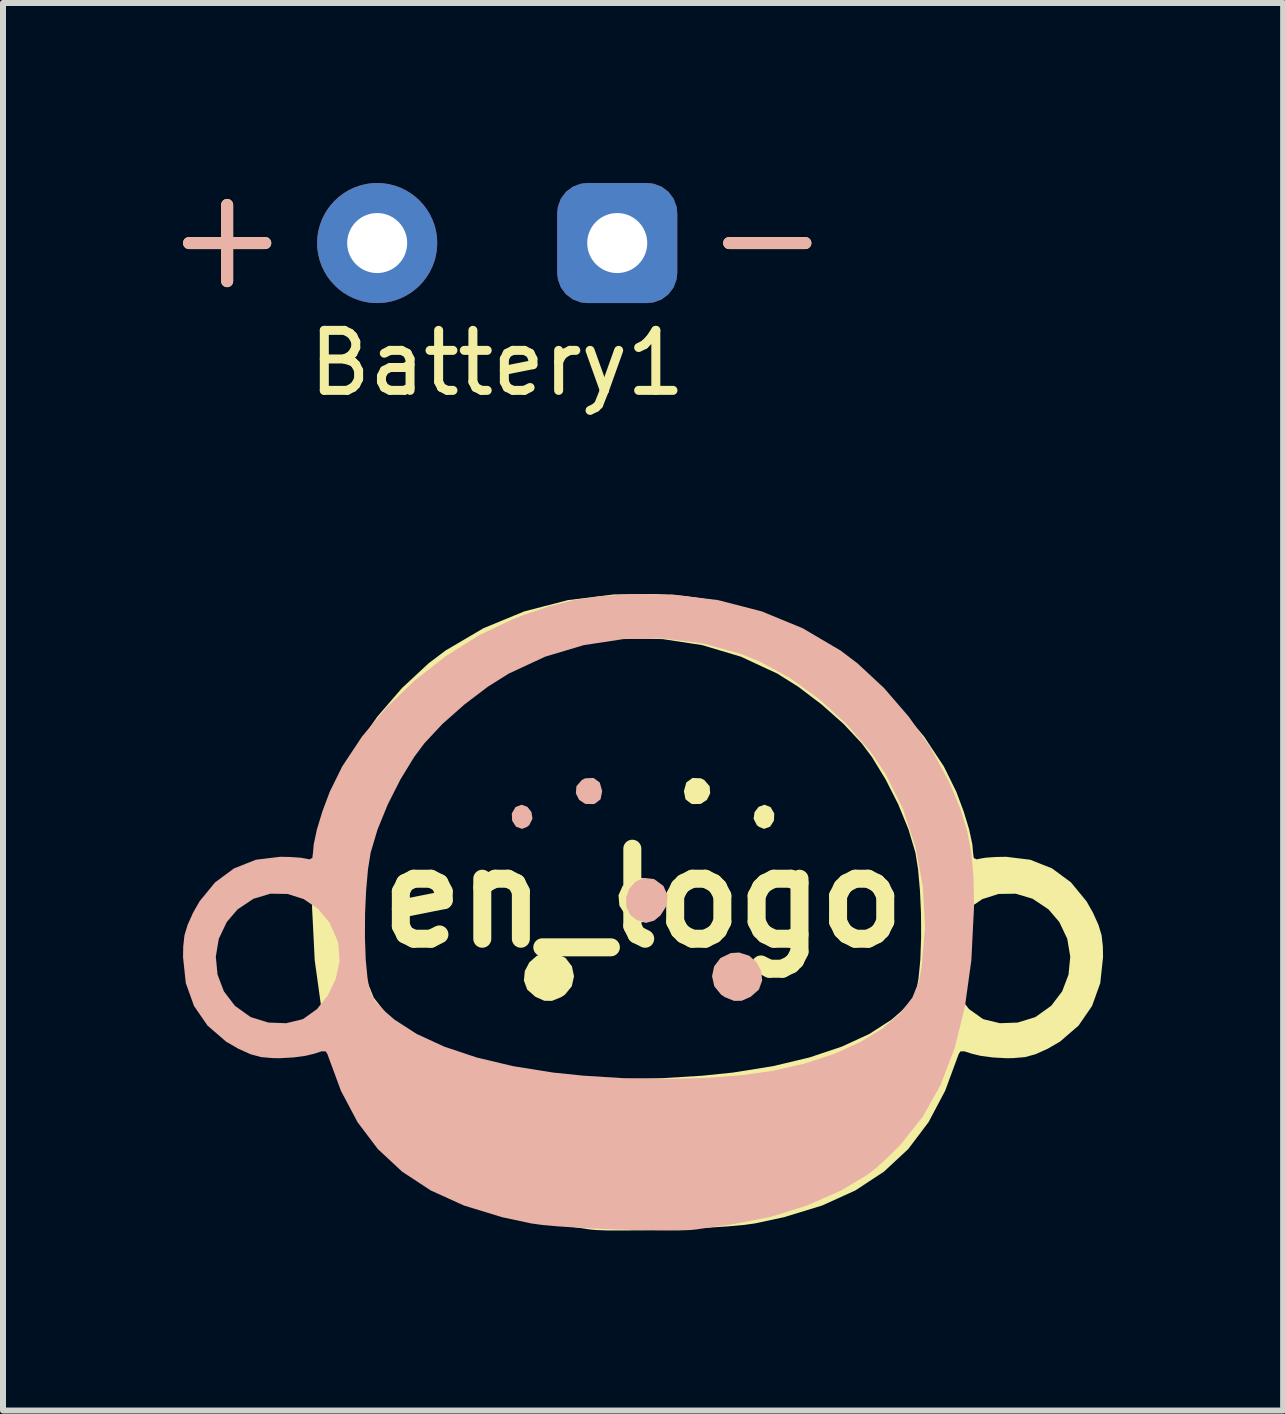
<source format=kicad_pcb>
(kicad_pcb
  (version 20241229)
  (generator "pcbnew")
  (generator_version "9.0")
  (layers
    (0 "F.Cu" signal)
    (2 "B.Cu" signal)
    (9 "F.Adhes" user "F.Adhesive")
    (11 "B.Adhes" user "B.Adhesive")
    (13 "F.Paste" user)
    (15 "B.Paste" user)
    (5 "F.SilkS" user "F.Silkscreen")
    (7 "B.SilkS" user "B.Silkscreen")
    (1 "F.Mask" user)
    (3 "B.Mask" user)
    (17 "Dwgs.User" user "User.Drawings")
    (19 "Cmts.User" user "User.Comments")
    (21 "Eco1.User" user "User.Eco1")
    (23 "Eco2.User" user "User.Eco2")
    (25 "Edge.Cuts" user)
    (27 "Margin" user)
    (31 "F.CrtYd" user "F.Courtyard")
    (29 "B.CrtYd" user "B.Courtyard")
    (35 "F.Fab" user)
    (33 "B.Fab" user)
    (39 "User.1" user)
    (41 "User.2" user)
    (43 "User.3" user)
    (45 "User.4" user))
  (footprint "en_logo"
    (layer "F.Cu")
    (at 7.665 11.914)
    (property "Reference" "en_logo" (at 0 0 0) (layer "F.SilkS") (effects (font (size 1.5 1.5) (thickness 0.3))))
    (attr board_only exclude_from_pos_files exclude_from_bom allow_missing_courtyard)
    (fp_poly (pts (xy 2.124 -1.516) (xy 2.187 -1.41) (xy 2.181 -1.288) (xy 2.117 -1.189) (xy 2.016 -1.152) (xy 1.932 -1.186) (xy 1.896 -1.215) (xy 1.842 -1.322) (xy 1.859 -1.432) (xy 1.926 -1.519) (xy 2.023 -1.555)) (stroke (width 0) (type solid)) (fill yes) (layer "F.SilkS"))
    (fp_poly (pts (xy 0.963 -1.995) (xy 1.021 -1.966) (xy 1.11 -1.863) (xy 1.119 -1.744) (xy 1.065 -1.636) (xy 0.962 -1.568) (xy 0.826 -1.565) (xy 0.799 -1.574) (xy 0.708 -1.645) (xy 0.681 -1.779) (xy 0.681 -1.781) (xy 0.721 -1.925) (xy 0.825 -2.001)) (stroke (width 0) (type solid)) (fill yes) (layer "F.SilkS"))
    (fp_poly (pts (xy 0.125 -0.274) (xy 0.227 -0.158) (xy 0.282 -0.01) (xy 0.279 0.146) (xy 0.209 0.286) (xy 0.111 0.363) (xy -0.047 0.415) (xy -0.187 0.376) (xy -0.29 0.29) (xy -0.394 0.127) (xy -0.409 -0.046) (xy -0.34 -0.201) (xy -0.193 -0.31) (xy -0.18 -0.316) (xy -0.014 -0.335)) (stroke (width 0) (type solid)) (fill yes) (layer "F.SilkS"))
    (fp_poly (pts (xy -1.463 0.917) (xy -1.291 0.999) (xy -1.185 1.138) (xy -1.15 1.304) (xy -1.188 1.472) (xy -1.303 1.612) (xy -1.365 1.652) (xy -1.518 1.714) (xy -1.644 1.712) (xy -1.793 1.646) (xy -1.93 1.526) (xy -1.985 1.375) (xy -1.97 1.216) (xy -1.894 1.071) (xy -1.768 0.961) (xy -1.6 0.908)) (stroke (width 0) (type solid)) (fill yes) (layer "F.SilkS"))
    (fp_poly (pts (xy 0.704 -5.031) (xy 1.144 -4.966) (xy 1.566 -4.861) (xy 2.015 -4.707) (xy 2.173 -4.645) (xy 2.738 -4.375) (xy 3.287 -4.03) (xy 3.804 -3.626) (xy 4.274 -3.175) (xy 4.682 -2.692) (xy 5.013 -2.192) (xy 5.22 -1.772) (xy 5.343 -1.443) (xy 5.435 -1.141) (xy 5.488 -0.891) (xy 5.498 -0.769) (xy 5.511 -0.667) (xy 5.561 -0.644) (xy 5.603 -0.654) (xy 5.708 -0.672) (xy 5.879 -0.684) (xy 6.049 -0.687) (xy 6.451 -0.638) (xy 6.815 -0.494) (xy 7.131 -0.261) (xy 7.39 0.055) (xy 7.498 0.245) (xy 7.589 0.448) (xy 7.641 0.619) (xy 7.662 0.807) (xy 7.665 0.987) (xy 7.619 1.418) (xy 7.482 1.799) (xy 7.257 2.126) (xy 6.949 2.392) (xy 6.744 2.511) (xy 6.54 2.603) (xy 6.363 2.651) (xy 6.158 2.668) (xy 6.054 2.669) (xy 5.832 2.657) (xy 5.622 2.629) (xy 5.482 2.595) (xy 5.353 2.554) (xy 5.288 2.556) (xy 5.258 2.603) (xy 5.256 2.61) (xy 5.034 3.212) (xy 4.758 3.734) (xy 4.42 4.182) (xy 4.015 4.559) (xy 3.539 4.872) (xy 2.984 5.124) (xy 2.346 5.319) (xy 1.859 5.423) (xy 1.677 5.448) (xy 1.418 5.471) (xy 1.105 5.492) (xy 0.756 5.51) (xy 0.394 5.525) (xy 0.037 5.535) (xy -0.292 5.54) (xy -0.573 5.54) (xy -0.787 5.532) (xy -0.89 5.522) (xy -1.002 5.505) (xy -1.184 5.479) (xy -1.402 5.449) (xy -1.466 5.441) (xy -2.107 5.318) (xy -2.724 5.127) (xy -3.293 4.877) (xy -3.739 4.612) (xy -3.876 4.504) (xy -4.052 4.346) (xy -4.235 4.166) (xy -4.297 4.102) (xy -4.661 3.644) (xy -4.96 3.11) (xy -5.194 2.499) (xy -5.364 1.808) (xy -5.471 1.036) (xy -5.498 0.492) (xy -4.699 0.492) (xy -4.642 1.153) (xy -4.601 1.377) (xy -4.489 1.657) (xy -4.282 1.925) (xy -3.989 2.175) (xy -3.619 2.401) (xy -3.181 2.599) (xy -2.684 2.761) (xy -2.147 2.882) (xy -1.615 2.955) (xy -1.009 2.999) (xy -0.354 3.015) (xy 0.322 3.002) (xy 0.994 2.96) (xy 1.5 2.908) (xy 2.168 2.801) (xy 2.775 2.656) (xy 3.313 2.476) (xy 3.771 2.265) (xy 4.142 2.026) (xy 4.293 1.895) (xy 4.435 1.749) (xy 4.518 1.628) (xy 4.564 1.492) (xy 4.591 1.335) (xy 4.618 1.055) (xy 5.057 1.055) (xy 5.12 1.346) (xy 5.25 1.62) (xy 5.433 1.851) (xy 5.657 2.011) (xy 5.679 2.021) (xy 5.947 2.086) (xy 6.243 2.075) (xy 6.525 1.988) (xy 6.548 1.977) (xy 6.802 1.795) (xy 6.984 1.555) (xy 7.09 1.276) (xy 7.119 0.977) (xy 7.069 0.679) (xy 6.936 0.399) (xy 6.756 0.189) (xy 6.491 0.012) (xy 6.209 -0.072) (xy 5.924 -0.068) (xy 5.654 0.018) (xy 5.415 0.181) (xy 5.221 0.415) (xy 5.09 0.715) (xy 5.075 0.776) (xy 5.057 1.055) (xy 4.618 1.055) (xy 4.621 1.023) (xy 4.634 0.653) (xy 4.632 0.258) (xy 4.614 -0.129) (xy 4.583 -0.478) (xy 4.539 -0.755) (xy 4.538 -0.759) (xy 4.424 -1.141) (xy 4.254 -1.558) (xy 4.044 -1.973) (xy 3.814 -2.35) (xy 3.642 -2.58) (xy 3.341 -2.902) (xy 2.976 -3.225) (xy 2.586 -3.521) (xy 2.237 -3.74) (xy 1.63 -4.022) (xy 0.987 -4.214) (xy 0.324 -4.315) (xy -0.344 -4.324) (xy -1.004 -4.24) (xy -1.64 -4.064) (xy -1.95 -3.938) (xy -2.455 -3.661) (xy -2.948 -3.303) (xy -3.404 -2.884) (xy -3.798 -2.427) (xy -4.043 -2.065) (xy -4.333 -1.479) (xy -4.541 -0.844) (xy -4.664 -0.181) (xy -4.699 0.492) (xy -5.498 0.492) (xy -5.514 0.182) (xy -5.515 0.131) (xy -5.507 -0.35) (xy -5.47 -0.761) (xy -5.397 -1.135) (xy -5.281 -1.504) (xy -5.115 -1.902) (xy -5.08 -1.976) (xy -4.789 -2.507) (xy -4.427 -3.023) (xy -4.015 -3.5) (xy -3.572 -3.912) (xy -3.29 -4.125) (xy -2.659 -4.496) (xy -1.979 -4.776) (xy -1.252 -4.964) (xy -0.484 -5.059) (xy 0.204 -5.065)) (stroke (width 0) (type solid)) (fill yes) (layer "F.SilkS"))
    (fp_poly (pts (xy -2.124 -1.516) (xy -2.187 -1.41) (xy -2.181 -1.288) (xy -2.117 -1.189) (xy -2.016 -1.152) (xy -1.932 -1.186) (xy -1.896 -1.215) (xy -1.842 -1.322) (xy -1.859 -1.432) (xy -1.926 -1.519) (xy -2.023 -1.555)) (stroke (width 0) (type solid)) (fill yes) (layer "B.SilkS"))
    (fp_poly (pts (xy -0.963 -1.995) (xy -1.021 -1.966) (xy -1.11 -1.863) (xy -1.119 -1.744) (xy -1.065 -1.636) (xy -0.962 -1.568) (xy -0.826 -1.565) (xy -0.799 -1.574) (xy -0.708 -1.645) (xy -0.681 -1.779) (xy -0.681 -1.781) (xy -0.721 -1.925) (xy -0.825 -2.001)) (stroke (width 0) (type solid)) (fill yes) (layer "B.SilkS"))
    (fp_poly (pts (xy -0.125 -0.274) (xy -0.227 -0.158) (xy -0.282 -0.01) (xy -0.279 0.146) (xy -0.209 0.286) (xy -0.111 0.363) (xy 0.047 0.415) (xy 0.187 0.376) (xy 0.29 0.29) (xy 0.394 0.127) (xy 0.409 -0.046) (xy 0.34 -0.201) (xy 0.193 -0.31) (xy 0.18 -0.316) (xy 0.014 -0.335)) (stroke (width 0) (type solid)) (fill yes) (layer "B.SilkS"))
    (fp_poly (pts (xy 1.463 0.917) (xy 1.291 0.999) (xy 1.185 1.138) (xy 1.15 1.304) (xy 1.188 1.472) (xy 1.303 1.612) (xy 1.365 1.652) (xy 1.518 1.714) (xy 1.644 1.712) (xy 1.793 1.646) (xy 1.93 1.526) (xy 1.985 1.375) (xy 1.97 1.216) (xy 1.894 1.071) (xy 1.768 0.961) (xy 1.6 0.908)) (stroke (width 0) (type solid)) (fill yes) (layer "B.SilkS"))
    (fp_poly (pts (xy -0.704 -5.031) (xy -1.144 -4.966) (xy -1.566 -4.861) (xy -2.015 -4.707) (xy -2.173 -4.645) (xy -2.738 -4.375) (xy -3.287 -4.03) (xy -3.804 -3.626) (xy -4.274 -3.175) (xy -4.682 -2.692) (xy -5.013 -2.192) (xy -5.22 -1.772) (xy -5.343 -1.443) (xy -5.435 -1.141) (xy -5.488 -0.891) (xy -5.498 -0.769) (xy -5.511 -0.667) (xy -5.561 -0.644) (xy -5.603 -0.654) (xy -5.708 -0.672) (xy -5.879 -0.684) (xy -6.049 -0.687) (xy -6.451 -0.638) (xy -6.815 -0.494) (xy -7.131 -0.261) (xy -7.39 0.055) (xy -7.498 0.245) (xy -7.589 0.448) (xy -7.641 0.619) (xy -7.662 0.807) (xy -7.665 0.987) (xy -7.619 1.418) (xy -7.482 1.799) (xy -7.257 2.126) (xy -6.949 2.392) (xy -6.744 2.511) (xy -6.54 2.603) (xy -6.363 2.651) (xy -6.158 2.668) (xy -6.054 2.669) (xy -5.832 2.657) (xy -5.622 2.629) (xy -5.482 2.595) (xy -5.353 2.554) (xy -5.288 2.556) (xy -5.258 2.603) (xy -5.256 2.61) (xy -5.034 3.212) (xy -4.758 3.734) (xy -4.42 4.182) (xy -4.015 4.559) (xy -3.539 4.872) (xy -2.984 5.124) (xy -2.346 5.319) (xy -1.859 5.423) (xy -1.677 5.448) (xy -1.418 5.471) (xy -1.105 5.492) (xy -0.756 5.51) (xy -0.394 5.525) (xy -0.037 5.535) (xy 0.292 5.54) (xy 0.573 5.54) (xy 0.787 5.532) (xy 0.89 5.522) (xy 1.002 5.505) (xy 1.184 5.479) (xy 1.402 5.449) (xy 1.466 5.441) (xy 2.107 5.318) (xy 2.724 5.127) (xy 3.293 4.877) (xy 3.739 4.612) (xy 3.876 4.504) (xy 4.052 4.346) (xy 4.235 4.166) (xy 4.297 4.102) (xy 4.661 3.644) (xy 4.96 3.11) (xy 5.194 2.499) (xy 5.364 1.808) (xy 5.471 1.036) (xy 5.498 0.492) (xy 4.699 0.492) (xy 4.642 1.153) (xy 4.601 1.377) (xy 4.489 1.657) (xy 4.282 1.925) (xy 3.989 2.175) (xy 3.619 2.401) (xy 3.181 2.599) (xy 2.684 2.761) (xy 2.147 2.882) (xy 1.615 2.955) (xy 1.009 2.999) (xy 0.354 3.015) (xy -0.322 3.002) (xy -0.994 2.96) (xy -1.5 2.908) (xy -2.168 2.801) (xy -2.775 2.656) (xy -3.313 2.476) (xy -3.771 2.265) (xy -4.142 2.026) (xy -4.293 1.895) (xy -4.435 1.749) (xy -4.518 1.628) (xy -4.564 1.492) (xy -4.591 1.335) (xy -4.618 1.055) (xy -5.057 1.055) (xy -5.12 1.346) (xy -5.25 1.62) (xy -5.433 1.851) (xy -5.657 2.011) (xy -5.679 2.021) (xy -5.947 2.086) (xy -6.243 2.075) (xy -6.525 1.988) (xy -6.548 1.977) (xy -6.802 1.795) (xy -6.984 1.555) (xy -7.09 1.276) (xy -7.119 0.977) (xy -7.069 0.679) (xy -6.936 0.399) (xy -6.756 0.189) (xy -6.491 0.012) (xy -6.209 -0.072) (xy -5.924 -0.068) (xy -5.654 0.018) (xy -5.415 0.181) (xy -5.221 0.415) (xy -5.09 0.715) (xy -5.075 0.776) (xy -5.057 1.055) (xy -4.618 1.055) (xy -4.621 1.023) (xy -4.634 0.653) (xy -4.632 0.258) (xy -4.614 -0.129) (xy -4.583 -0.478) (xy -4.539 -0.755) (xy -4.538 -0.759) (xy -4.424 -1.141) (xy -4.254 -1.558) (xy -4.044 -1.973) (xy -3.814 -2.35) (xy -3.642 -2.58) (xy -3.341 -2.902) (xy -2.976 -3.225) (xy -2.586 -3.521) (xy -2.237 -3.74) (xy -1.63 -4.022) (xy -0.987 -4.214) (xy -0.324 -4.315) (xy 0.344 -4.324) (xy 1.004 -4.24) (xy 1.64 -4.064) (xy 1.95 -3.938) (xy 2.455 -3.661) (xy 2.948 -3.303) (xy 3.404 -2.884) (xy 3.798 -2.427) (xy 4.043 -2.065) (xy 4.333 -1.479) (xy 4.541 -0.844) (xy 4.664 -0.181) (xy 4.699 0.492) (xy 5.498 0.492) (xy 5.514 0.182) (xy 5.515 0.131) (xy 5.507 -0.35) (xy 5.47 -0.761) (xy 5.397 -1.135) (xy 5.281 -1.504) (xy 5.115 -1.902) (xy 5.08 -1.976) (xy 4.789 -2.507) (xy 4.427 -3.023) (xy 4.015 -3.5) (xy 3.572 -3.912) (xy 3.29 -4.125) (xy 2.659 -4.496) (xy 1.979 -4.776) (xy 1.252 -4.964) (xy 0.484 -5.059) (xy -0.204 -5.065)) (stroke (width 0) (type solid)) (fill yes) (layer "B.SilkS")))
  (footprint "Battery1"
    (layer "F.Cu")
    (at 5.235 1)
    (property "Reference" "Battery1" (at 0 2 180) (layer "F.SilkS") (effects (font (size 1 1) (thickness 0.15))))
    (attr through_hole exclude_from_pos_files allow_missing_courtyard)
    (fp_line (start -5.135 0) (end -3.865 0) (stroke (width 0.2) (type default)) (layer "F.SilkS"))
    (fp_line (start -4.5 -0.635) (end -4.5 0.635) (stroke (width 0.2) (type default)) (layer "F.SilkS"))
    (fp_line (start 3.865 0) (end 5.135 0) (stroke (width 0.2) (type default)) (layer "F.SilkS"))
    (fp_line (start -5.135 0) (end -3.865 0) (stroke (width 0.2) (type default)) (layer "B.SilkS"))
    (fp_line (start -4.5 -0.635) (end -4.5 0.635) (stroke (width 0.2) (type default)) (layer "B.SilkS"))
    (fp_line (start 3.865 0) (end 5.135 0) (stroke (width 0.2) (type default)) (layer "B.SilkS"))
    (pad "1" thru_hole circle (at -2 0) (size 2 2) (drill 1) (layers "*.Cu" "*.Mask"))
    (pad "2" thru_hole roundrect (at 2 0 90) (size 2 2) (drill 1) (layers "*.Cu" "*.Mask") (roundrect_rratio 0.25)))
  (gr_rect
    (start -3 -3)
    (end 18.331 20.454)
    (stroke (width 0.1) (type default))
    (fill no)
    (layer "Edge.Cuts")))
</source>
